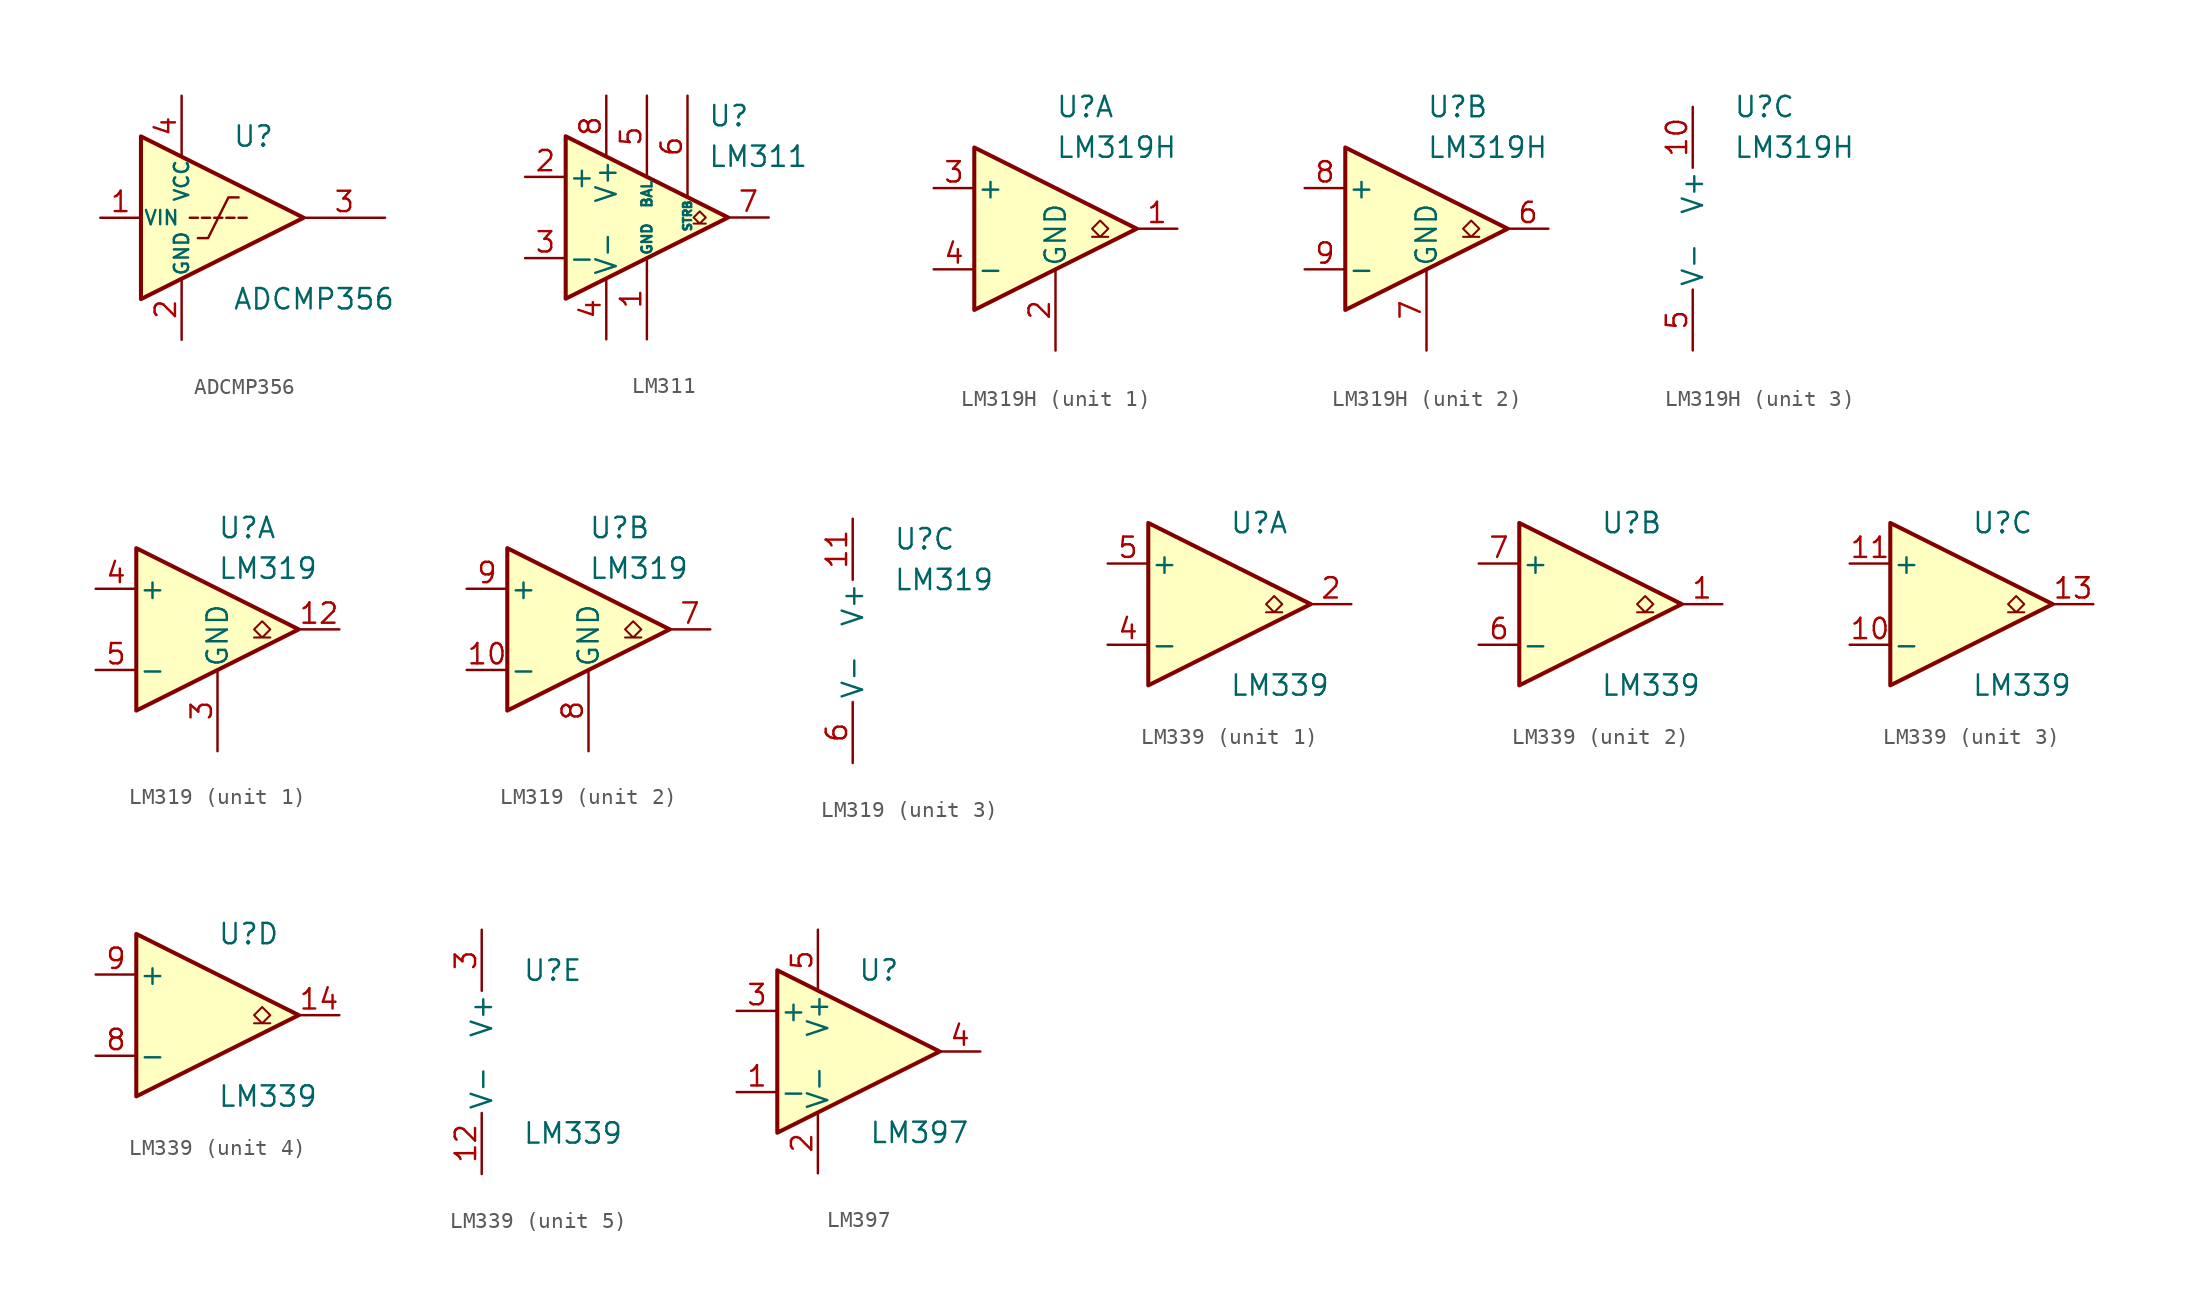
<source format=kicad_sym>
(kicad_symbol_lib
  (version 20241209)
  (generator "kicad_symbol_editor")
  (generator_version "9.0")
  (symbol "ADCMP356"
    (pin_names
      (offset 0.127))
    (property "Reference" "U"
      (at 3.175 5.08 0)
      (effects (font (size 1.27 1.27)) (justify left)))
    (property "Value" "ADCMP356"
      (at 3.175 -5.08 0)
      (effects (font (size 1.27 1.27)) (justify left)))
    (symbol "ADCMP356_0_1"
      (polyline (pts (xy -2.54 5.08) (xy 7.62 0) (xy -2.54 -5.08) (xy -2.54 5.08)) (stroke (width 0.254) (type default)) (fill (type background)))
      (polyline (pts (xy 1.016 0) (xy 0.508 0)) (stroke (width 0) (type default)) (fill (type none)))
      (polyline (pts (xy 1.016 -1.27) (xy 1.651 -1.27) (xy 2.921 1.27) (xy 3.556 1.27)) (stroke (width 0) (type default)) (fill (type none)))
      (polyline (pts (xy 1.778 0) (xy 1.27 0)) (stroke (width 0) (type default)) (fill (type none)))
      (polyline (pts (xy 2.032 0) (xy 2.54 0)) (stroke (width 0) (type default)) (fill (type none)))
      (polyline (pts (xy 2.794 0) (xy 3.302 0)) (stroke (width 0) (type default)) (fill (type none)))
      (polyline (pts (xy 3.556 0) (xy 4.064 0)) (stroke (width 0) (type default)) (fill (type none))))
    (symbol "ADCMP356_1_1"
      (pin input line (at -5.08 0 0) (length 2.54) (name "VIN" (effects (font (size 0.889 0.889)))) (number "1" (effects (font (size 1.27 1.27)))))
      (pin power_in line (at 0 7.62 270) (length 3.81) (name "VCC" (effects (font (size 0.889 0.889)))) (number "4" (effects (font (size 1.27 1.27)))))
      (pin power_in line (at 0 -7.62 90) (length 3.81) (name "GND" (effects (font (size 0.889 0.889)))) (number "2" (effects (font (size 1.27 1.27)))))
      (pin output line (at 12.7 0 180) (length 5.08) (name "~" (effects (font (size 1.27 1.27)))) (number "3" (effects (font (size 1.27 1.27)))))))
  (symbol "LM311"
    (pin_names
      (offset 0.127))
    (property "Reference" "U"
      (at 3.81 6.35 0)
      (effects (font (size 1.27 1.27)) (justify left)))
    (property "Value" "LM311"
      (at 3.81 3.81 0)
      (effects (font (size 1.27 1.27)) (justify left)))
    (symbol "LM311_0_1"
      (polyline (pts (xy 3.683 -0.381) (xy 3.302 -0.381) (xy 3.683 0) (xy 3.302 0.381) (xy 2.921 0) (xy 3.302 -0.381) (xy 2.921 -0.381)) (stroke (width 0.127) (type default)) (fill (type none)))
      (polyline (pts (xy 5.08 0) (xy -5.08 5.08) (xy -5.08 -5.08) (xy 5.08 0)) (stroke (width 0.254) (type default)) (fill (type background))))
    (symbol "LM311_1_1"
      (pin input line (at -7.62 2.54 0) (length 2.54) (name "+" (effects (font (size 1.27 1.27)))) (number "2" (effects (font (size 1.27 1.27)))))
      (pin input line (at -7.62 -2.54 0) (length 2.54) (name "-" (effects (font (size 1.27 1.27)))) (number "3" (effects (font (size 1.27 1.27)))))
      (pin power_in line (at -2.54 7.62 270) (length 3.81) (name "V+" (effects (font (size 1.27 1.27)))) (number "8" (effects (font (size 1.27 1.27)))))
      (pin power_in line (at -2.54 -7.62 90) (length 3.81) (name "V-" (effects (font (size 1.27 1.27)))) (number "4" (effects (font (size 1.27 1.27)))))
      (pin input line (at 0 7.62 270) (length 5.08) (name "BAL" (effects (font (size 0.635 0.635)))) (number "5" (effects (font (size 1.27 1.27)))))
      (pin passive line (at 0 -7.62 90) (length 5.08) (name "GND" (effects (font (size 0.635 0.635)))) (number "1" (effects (font (size 1.27 1.27)))))
      (pin input line (at 2.54 7.62 270) (length 6.35) (name "STRB" (effects (font (size 0.508 0.508)))) (number "6" (effects (font (size 1.27 1.27)))))
      (pin open_collector line (at 7.62 0 180) (length 2.54) (name "~" (effects (font (size 1.27 1.27)))) (number "7" (effects (font (size 1.27 1.27)))))))
  (symbol "LM319H"
    (pin_names
      (offset 0.127))
    (property "Reference" "U"
      (at 0 7.62 0)
      (effects (font (size 1.27 1.27)) (justify left)))
    (property "Value" "LM319H"
      (at 0 5.08 0)
      (effects (font (size 1.27 1.27)) (justify left)))
    (property "ki_locked" ""
      (at 0 0 0)
      (effects (font (size 1.27 1.27))))
    (symbol "LM319H_1_1"
      (polyline (pts (xy 3.302 -0.508) (xy 2.794 -0.508) (xy 3.302 0) (xy 2.794 0.508) (xy 2.286 0) (xy 2.794 -0.508) (xy 2.286 -0.508)) (stroke (width 0.127) (type default)) (fill (type none)))
      (polyline (pts (xy 5.08 0) (xy -5.08 5.08) (xy -5.08 -5.08) (xy 5.08 0)) (stroke (width 0.254) (type default)) (fill (type background)))
      (pin input line (at -7.62 2.54 0) (length 2.54) (name "+" (effects (font (size 1.27 1.27)))) (number "3" (effects (font (size 1.27 1.27)))))
      (pin input line (at -7.62 -2.54 0) (length 2.54) (name "-" (effects (font (size 1.27 1.27)))) (number "4" (effects (font (size 1.27 1.27)))))
      (pin passive line (at 0 -7.62 90) (length 5.08) (name "GND" (effects (font (size 1.27 1.27)))) (number "2" (effects (font (size 1.27 1.27)))))
      (pin open_collector line (at 7.62 0 180) (length 2.54) (name "~" (effects (font (size 1.27 1.27)))) (number "1" (effects (font (size 1.27 1.27))))))
    (symbol "LM319H_2_1"
      (polyline (pts (xy 3.302 -0.508) (xy 2.794 -0.508) (xy 3.302 0) (xy 2.794 0.508) (xy 2.286 0) (xy 2.794 -0.508) (xy 2.286 -0.508)) (stroke (width 0.127) (type default)) (fill (type none)))
      (polyline (pts (xy 5.08 0) (xy -5.08 5.08) (xy -5.08 -5.08) (xy 5.08 0)) (stroke (width 0.254) (type default)) (fill (type background)))
      (pin input line (at -7.62 2.54 0) (length 2.54) (name "+" (effects (font (size 1.27 1.27)))) (number "8" (effects (font (size 1.27 1.27)))))
      (pin input line (at -7.62 -2.54 0) (length 2.54) (name "-" (effects (font (size 1.27 1.27)))) (number "9" (effects (font (size 1.27 1.27)))))
      (pin passive line (at 0 -7.62 90) (length 5.08) (name "GND" (effects (font (size 1.27 1.27)))) (number "7" (effects (font (size 1.27 1.27)))))
      (pin open_collector line (at 7.62 0 180) (length 2.54) (name "~" (effects (font (size 1.27 1.27)))) (number "6" (effects (font (size 1.27 1.27))))))
    (symbol "LM319H_3_1"
      (pin power_in line (at -2.54 7.62 270) (length 3.81) (name "V+" (effects (font (size 1.27 1.27)))) (number "10" (effects (font (size 1.27 1.27)))))
      (pin power_in line (at -2.54 -7.62 90) (length 3.81) (name "V-" (effects (font (size 1.27 1.27)))) (number "5" (effects (font (size 1.27 1.27)))))))
  (symbol "LM319"
    (pin_names
      (offset 0.127))
    (property "Reference" "U"
      (at 0 6.35 0)
      (effects (font (size 1.27 1.27)) (justify left)))
    (property "Value" "LM319"
      (at 0 3.81 0)
      (effects (font (size 1.27 1.27)) (justify left)))
    (property "ki_locked" ""
      (at 0 0 0)
      (effects (font (size 1.27 1.27))))
    (symbol "LM319_1_1"
      (polyline (pts (xy -5.08 5.08) (xy 5.08 0) (xy -5.08 -5.08) (xy -5.08 5.08) (xy -5.08 5.08)) (stroke (width 0.254) (type default)) (fill (type background)))
      (polyline (pts (xy 2.286 -0.508) (xy 2.794 -0.508) (xy 2.286 0) (xy 2.794 0.508) (xy 3.302 0) (xy 2.794 -0.508) (xy 3.302 -0.508)) (stroke (width 0.127) (type default)) (fill (type none)))
      (pin input line (at -7.62 2.54 0) (length 2.54) (name "+" (effects (font (size 1.27 1.27)))) (number "4" (effects (font (size 1.27 1.27)))))
      (pin input line (at -7.62 -2.54 0) (length 2.54) (name "-" (effects (font (size 1.27 1.27)))) (number "5" (effects (font (size 1.27 1.27)))))
      (pin no_connect line (at 0 2.54 270) (length 2.54) (hide yes) (name "NC" (effects (font (size 1.27 1.27)))) (number "2" (effects (font (size 1.27 1.27)))))
      (pin no_connect line (at 0 -2.54 90) (length 2.54) (hide yes) (name "NC" (effects (font (size 1.27 1.27)))) (number "1" (effects (font (size 1.27 1.27)))))
      (pin passive line (at 0 -7.62 90) (length 5.08) (name "GND" (effects (font (size 1.27 1.27)))) (number "3" (effects (font (size 1.27 1.27)))))
      (pin open_collector line (at 7.62 0 180) (length 2.54) (name "~" (effects (font (size 1.27 1.27)))) (number "12" (effects (font (size 1.27 1.27))))))
    (symbol "LM319_2_1"
      (polyline (pts (xy -5.08 5.08) (xy 5.08 0) (xy -5.08 -5.08) (xy -5.08 5.08) (xy -5.08 5.08)) (stroke (width 0.254) (type default)) (fill (type background)))
      (polyline (pts (xy 3.302 -0.508) (xy 2.794 -0.508) (xy 3.302 0) (xy 2.794 0.508) (xy 2.286 0) (xy 2.794 -0.508) (xy 2.286 -0.508)) (stroke (width 0.127) (type default)) (fill (type none)))
      (pin input line (at -7.62 2.54 0) (length 2.54) (name "+" (effects (font (size 1.27 1.27)))) (number "9" (effects (font (size 1.27 1.27)))))
      (pin input line (at -7.62 -2.54 0) (length 2.54) (name "-" (effects (font (size 1.27 1.27)))) (number "10" (effects (font (size 1.27 1.27)))))
      (pin no_connect line (at 0 2.54 270) (length 2.54) (hide yes) (name "NC" (effects (font (size 1.27 1.27)))) (number "14" (effects (font (size 1.27 1.27)))))
      (pin no_connect line (at 0 -2.54 90) (length 2.54) (hide yes) (name "NC" (effects (font (size 1.27 1.27)))) (number "13" (effects (font (size 1.27 1.27)))))
      (pin passive line (at 0 -7.62 90) (length 5.08) (name "GND" (effects (font (size 1.27 1.27)))) (number "8" (effects (font (size 1.27 1.27)))))
      (pin open_collector line (at 7.62 0 180) (length 2.54) (name "~" (effects (font (size 1.27 1.27)))) (number "7" (effects (font (size 1.27 1.27))))))
    (symbol "LM319_3_1"
      (pin power_in line (at -2.54 7.62 270) (length 3.81) (name "V+" (effects (font (size 1.27 1.27)))) (number "11" (effects (font (size 1.27 1.27)))))
      (pin power_in line (at -2.54 -7.62 90) (length 3.81) (name "V-" (effects (font (size 1.27 1.27)))) (number "6" (effects (font (size 1.27 1.27)))))))
  (symbol "LM339"
    (pin_names
      (offset 0.127))
    (property "Reference" "U"
      (at 0 5.08 0)
      (effects (font (size 1.27 1.27)) (justify left)))
    (property "Value" "LM339"
      (at 0 -5.08 0)
      (effects (font (size 1.27 1.27)) (justify left)))
    (property "ki_locked" ""
      (at 0 0 0)
      (effects (font (size 1.27 1.27))))
    (symbol "LM339_1_1"
      (polyline (pts (xy -5.08 5.08) (xy 5.08 0) (xy -5.08 -5.08) (xy -5.08 5.08)) (stroke (width 0.254) (type default)) (fill (type background)))
      (polyline (pts (xy 3.302 -0.508) (xy 2.794 -0.508) (xy 3.302 0) (xy 2.794 0.508) (xy 2.286 0) (xy 2.794 -0.508) (xy 2.286 -0.508)) (stroke (width 0.127) (type default)) (fill (type none)))
      (pin input line (at -7.62 2.54 0) (length 2.54) (name "+" (effects (font (size 1.27 1.27)))) (number "5" (effects (font (size 1.27 1.27)))))
      (pin input line (at -7.62 -2.54 0) (length 2.54) (name "-" (effects (font (size 1.27 1.27)))) (number "4" (effects (font (size 1.27 1.27)))))
      (pin open_collector line (at 7.62 0 180) (length 2.54) (name "~" (effects (font (size 1.27 1.27)))) (number "2" (effects (font (size 1.27 1.27))))))
    (symbol "LM339_2_1"
      (polyline (pts (xy -5.08 5.08) (xy 5.08 0) (xy -5.08 -5.08) (xy -5.08 5.08)) (stroke (width 0.254) (type default)) (fill (type background)))
      (polyline (pts (xy 3.302 -0.508) (xy 2.794 -0.508) (xy 3.302 0) (xy 2.794 0.508) (xy 2.286 0) (xy 2.794 -0.508) (xy 2.286 -0.508)) (stroke (width 0.127) (type default)) (fill (type none)))
      (pin input line (at -7.62 2.54 0) (length 2.54) (name "+" (effects (font (size 1.27 1.27)))) (number "7" (effects (font (size 1.27 1.27)))))
      (pin input line (at -7.62 -2.54 0) (length 2.54) (name "-" (effects (font (size 1.27 1.27)))) (number "6" (effects (font (size 1.27 1.27)))))
      (pin open_collector line (at 7.62 0 180) (length 2.54) (name "~" (effects (font (size 1.27 1.27)))) (number "1" (effects (font (size 1.27 1.27))))))
    (symbol "LM339_3_1"
      (polyline (pts (xy -5.08 5.08) (xy 5.08 0) (xy -5.08 -5.08) (xy -5.08 5.08)) (stroke (width 0.254) (type default)) (fill (type background)))
      (polyline (pts (xy 3.302 -0.508) (xy 2.794 -0.508) (xy 3.302 0) (xy 2.794 0.508) (xy 2.286 0) (xy 2.794 -0.508) (xy 2.286 -0.508)) (stroke (width 0.127) (type default)) (fill (type none)))
      (pin input line (at -7.62 2.54 0) (length 2.54) (name "+" (effects (font (size 1.27 1.27)))) (number "11" (effects (font (size 1.27 1.27)))))
      (pin input line (at -7.62 -2.54 0) (length 2.54) (name "-" (effects (font (size 1.27 1.27)))) (number "10" (effects (font (size 1.27 1.27)))))
      (pin open_collector line (at 7.62 0 180) (length 2.54) (name "~" (effects (font (size 1.27 1.27)))) (number "13" (effects (font (size 1.27 1.27))))))
    (symbol "LM339_4_1"
      (polyline (pts (xy -5.08 5.08) (xy 5.08 0) (xy -5.08 -5.08) (xy -5.08 5.08)) (stroke (width 0.254) (type default)) (fill (type background)))
      (polyline (pts (xy 3.302 -0.508) (xy 2.794 -0.508) (xy 3.302 0) (xy 2.794 0.508) (xy 2.286 0) (xy 2.794 -0.508) (xy 2.286 -0.508)) (stroke (width 0.127) (type default)) (fill (type none)))
      (pin input line (at -7.62 2.54 0) (length 2.54) (name "+" (effects (font (size 1.27 1.27)))) (number "9" (effects (font (size 1.27 1.27)))))
      (pin input line (at -7.62 -2.54 0) (length 2.54) (name "-" (effects (font (size 1.27 1.27)))) (number "8" (effects (font (size 1.27 1.27)))))
      (pin open_collector line (at 7.62 0 180) (length 2.54) (name "~" (effects (font (size 1.27 1.27)))) (number "14" (effects (font (size 1.27 1.27))))))
    (symbol "LM339_5_1"
      (pin power_in line (at -2.54 7.62 270) (length 3.81) (name "V+" (effects (font (size 1.27 1.27)))) (number "3" (effects (font (size 1.27 1.27)))))
      (pin power_in line (at -2.54 -7.62 90) (length 3.81) (name "V-" (effects (font (size 1.27 1.27)))) (number "12" (effects (font (size 1.27 1.27)))))))
  (symbol "LM397"
    (pin_names
      (offset 0.127))
    (property "Reference" "U"
      (at 1.27 5.08 0)
      (effects (font (size 1.27 1.27))))
    (property "Value" "LM397"
      (at 3.81 -5.08 0)
      (effects (font (size 1.27 1.27))))
    (symbol "LM397_0_1"
      (polyline (pts (xy -5.08 5.08) (xy 5.08 0) (xy -5.08 -5.08) (xy -5.08 5.08)) (stroke (width 0.254) (type default)) (fill (type background))))
    (symbol "LM397_1_1"
      (pin input line (at -7.62 2.54 0) (length 2.54) (name "+" (effects (font (size 1.27 1.27)))) (number "3" (effects (font (size 1.27 1.27)))))
      (pin input line (at -7.62 -2.54 0) (length 2.54) (name "-" (effects (font (size 1.27 1.27)))) (number "1" (effects (font (size 1.27 1.27)))))
      (pin power_in line (at -2.54 7.62 270) (length 3.81) (name "V+" (effects (font (size 1.27 1.27)))) (number "5" (effects (font (size 1.27 1.27)))))
      (pin power_in line (at -2.54 -7.62 90) (length 3.81) (name "V-" (effects (font (size 1.27 1.27)))) (number "2" (effects (font (size 1.27 1.27)))))
      (pin open_collector line (at 7.62 0 180) (length 2.54) (name "~" (effects (font (size 1.27 1.27)))) (number "4" (effects (font (size 1.27 1.27))))))))
</source>
